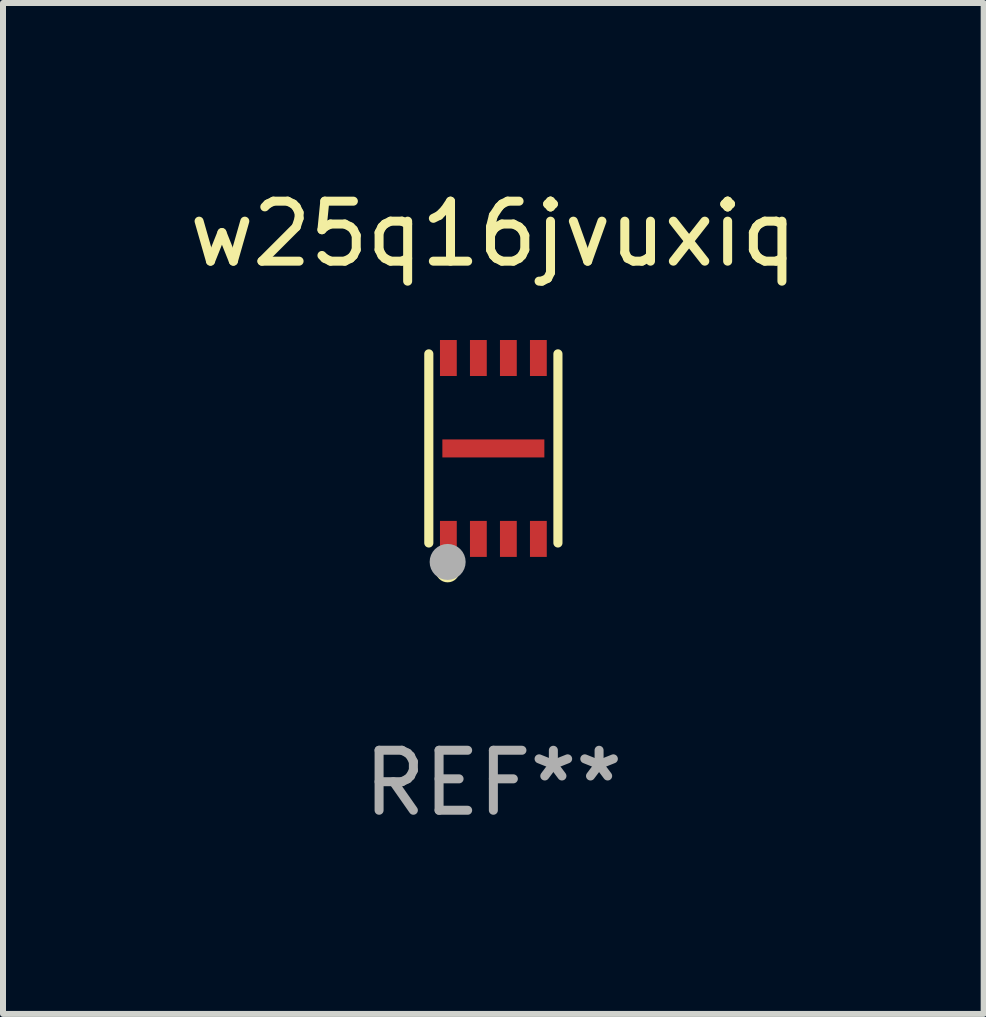
<source format=kicad_pcb>
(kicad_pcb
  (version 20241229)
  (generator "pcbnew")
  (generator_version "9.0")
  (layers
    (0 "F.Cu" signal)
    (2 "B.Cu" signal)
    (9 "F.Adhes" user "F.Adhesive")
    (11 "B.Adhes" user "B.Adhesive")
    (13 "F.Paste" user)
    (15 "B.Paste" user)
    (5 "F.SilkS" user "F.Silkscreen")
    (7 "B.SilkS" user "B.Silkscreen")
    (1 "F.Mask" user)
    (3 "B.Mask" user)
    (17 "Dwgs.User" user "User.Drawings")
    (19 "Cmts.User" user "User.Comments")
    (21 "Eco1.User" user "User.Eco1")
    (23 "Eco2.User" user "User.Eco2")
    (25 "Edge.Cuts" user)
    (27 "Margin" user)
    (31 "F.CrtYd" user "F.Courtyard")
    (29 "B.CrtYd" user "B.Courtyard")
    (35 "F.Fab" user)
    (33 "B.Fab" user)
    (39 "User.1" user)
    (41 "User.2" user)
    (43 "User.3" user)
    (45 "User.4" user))
  (footprint "w25q16jvuxiq"
    (layer "F.Cu")
    (at 5.173 4.424)
    (property "Reference" "w25q16jvuxiq" (at 0 -3.576 0) (layer "F.SilkS") (effects (font (size 1 1) (thickness 0.15))))
    (attr smd)
    (fp_line (start -1.076 -1.576) (end -1.076 1.576) (stroke (width 0.152) (type solid)) (layer "F.SilkS"))
    (fp_line (start 1.076 1.576) (end 1.076 -1.576) (stroke (width 0.152) (type solid)) (layer "F.SilkS"))
    (fp_circle (center -0.762 2.032) (end -0.662 2.032) (stroke (width 0.2) (type solid)) (fill no) (layer "F.SilkS"))
    (fp_circle (center -0.762 1.892) (end -0.612 1.892) (stroke (width 0.3) (type solid)) (fill no) (layer "F.Fab"))
    (fp_text user "REF**" (at 0 5.576 0) (layer "F.Fab") (effects (font (size 1 1) (thickness 0.15))))
    (pad "1" smd rect (at -0.75 1.508 270) (size 0.6 0.28) (layers "F.Cu" "F.Mask" "F.Paste"))
    (pad "2" smd rect (at -0.25 1.508 270) (size 0.6 0.28) (layers "F.Cu" "F.Mask" "F.Paste"))
    (pad "3" smd rect (at 0.25 1.508 270) (size 0.6 0.28) (layers "F.Cu" "F.Mask" "F.Paste"))
    (pad "4" smd rect (at 0.75 1.508 270) (size 0.6 0.28) (layers "F.Cu" "F.Mask" "F.Paste"))
    (pad "5" smd rect (at 0.75 -1.507 270) (size 0.6 0.28) (layers "F.Cu" "F.Mask" "F.Paste"))
    (pad "6" smd rect (at 0.25 -1.507 270) (size 0.6 0.28) (layers "F.Cu" "F.Mask" "F.Paste"))
    (pad "7" smd rect (at -0.25 -1.507 270) (size 0.6 0.28) (layers "F.Cu" "F.Mask" "F.Paste"))
    (pad "8" smd rect (at -0.75 -1.507 270) (size 0.6 0.28) (layers "F.Cu" "F.Mask" "F.Paste"))
    (pad "9" smd rect (at -0.000089 0.00014 90) (size 0.3 1.7) (layers "F.Cu" "F.Mask" "F.Paste")))
  (gr_rect
    (start -3 -3)
    (end 13.345 13.849)
    (stroke (width 0.1) (type default))
    (fill no)
    (layer "Edge.Cuts")))
</source>
